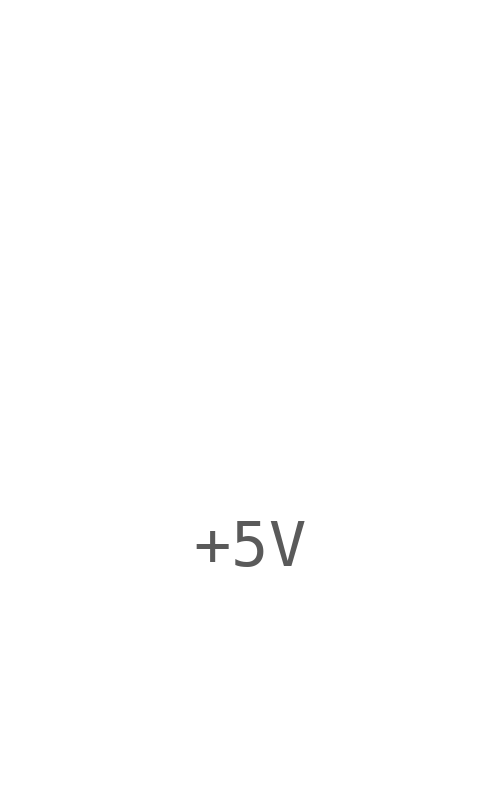
<source format=kicad_sym>
(kicad_symbol_lib
  (version 20211014)
  (generator kicad_symbol_editor)
  (symbol "+5V"
    (power)
    (pin_numbers hide)
    (pin_names
      (offset 0.635))
    (property "Reference" "#PWR"
      (at 0 -2.54 0)
      (effects (font (size 1.778 1.778)) hide))
    (symbol "+5V_1_1"
      (pin power_in inverted (at 0 0 90) (length 5.08) hide (name "+5V" (effects (font (size 1.27 1.27)))) (number "1" (effects (font (size 1.27 1.27))))))))
</source>
